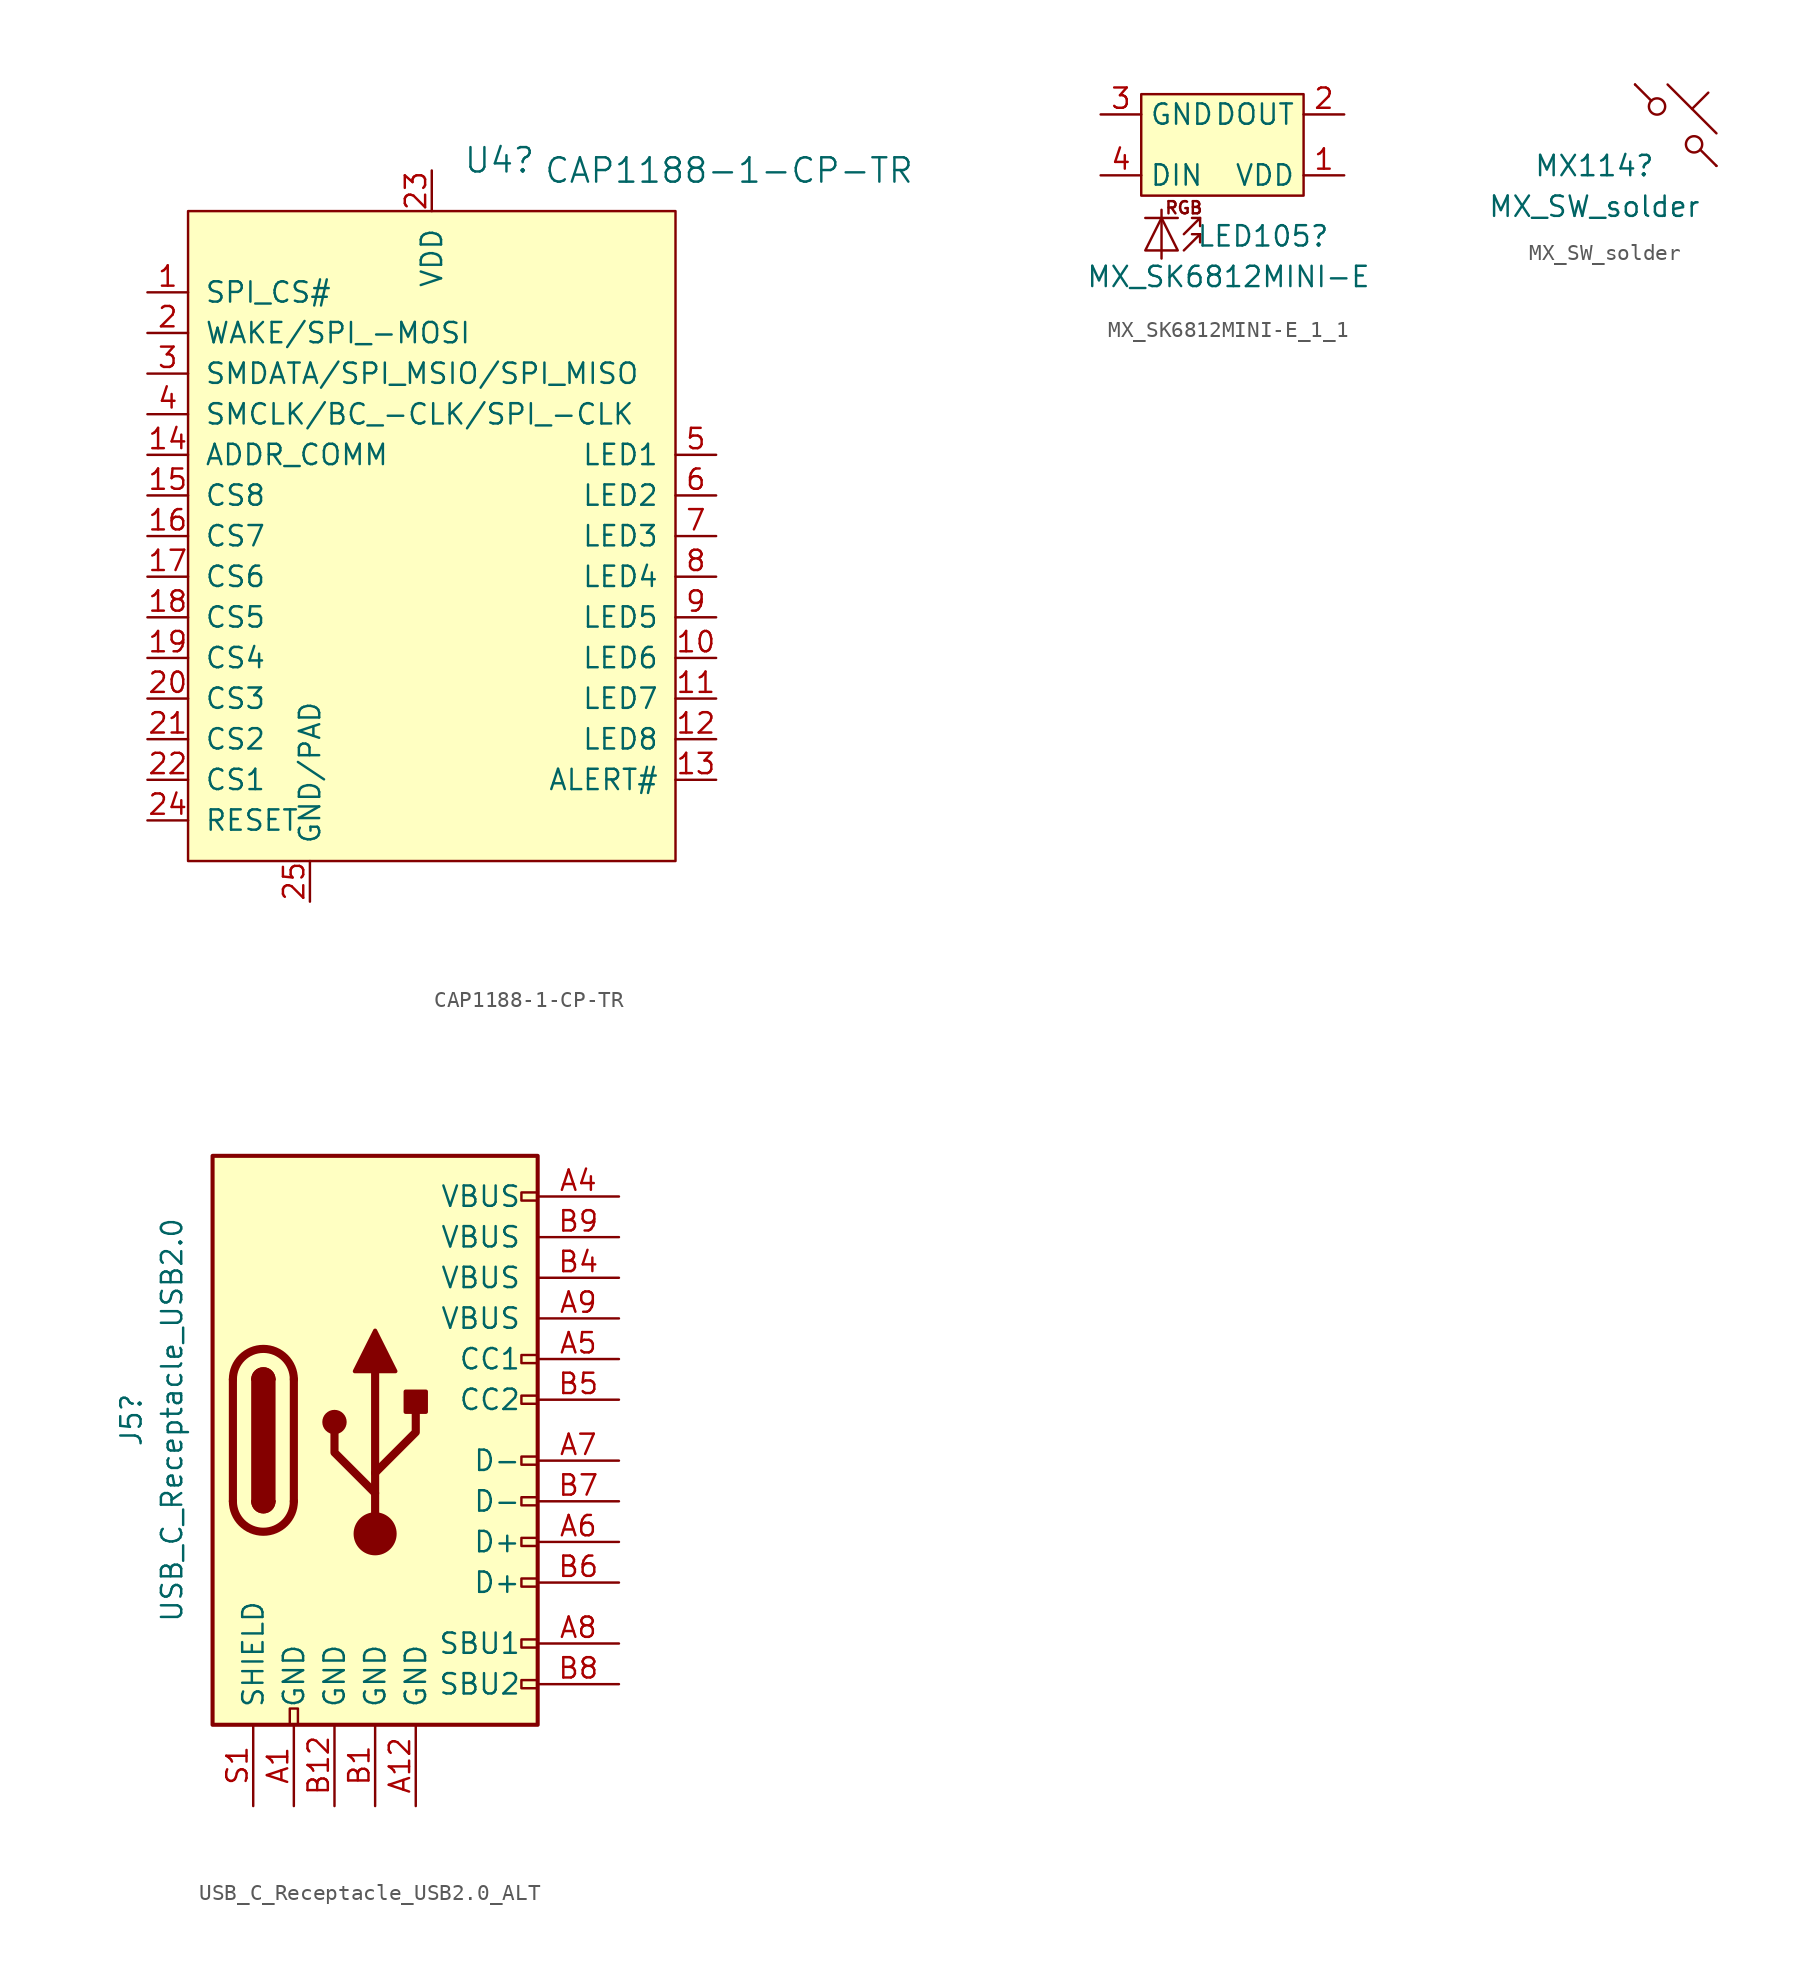
<source format=kicad_sym>
(kicad_symbol_lib
  (version 20220914)
  (generator kicad_symbol_editor)
  (symbol "CAP1188-1-CP-TR"
    (pin_names
      (offset 1.016))
    (property "Reference" "U4"
      (at 1.956 23.495 0)
      (effects (font (size 1.524 1.524)) (justify left)))
    (property "Value" "CAP1188-1-CP-TR"
      (at 6.985 22.86 0)
      (effects (font (size 1.524 1.524)) (justify left)))
    (symbol "CAP1188-1-CP-TR_0_1"
      (rectangle (start -15.24 20.32) (end 15.24 -20.32) (stroke (width 0) (type solid)) (fill (type background))))
    (symbol "CAP1188-1-CP-TR_1_1"
      (pin input line (at -17.78 15.24 0) (length 2.54) (name "SPI_CS#" (effects (font (size 1.27 1.27)))) (number "1" (effects (font (size 1.27 1.27)))))
      (pin output line (at 17.78 -7.62 180) (length 2.54) (name "LED6" (effects (font (size 1.27 1.27)))) (number "10" (effects (font (size 1.27 1.27)))))
      (pin output line (at 17.78 -10.16 180) (length 2.54) (name "LED7" (effects (font (size 1.27 1.27)))) (number "11" (effects (font (size 1.27 1.27)))))
      (pin output line (at 17.78 -12.7 180) (length 2.54) (name "LED8" (effects (font (size 1.27 1.27)))) (number "12" (effects (font (size 1.27 1.27)))))
      (pin output line (at 17.78 -15.24 180) (length 2.54) (name "ALERT#" (effects (font (size 1.27 1.27)))) (number "13" (effects (font (size 1.27 1.27)))))
      (pin input line (at -17.78 5.08 0) (length 2.54) (name "ADDR_COMM" (effects (font (size 1.27 1.27)))) (number "14" (effects (font (size 1.27 1.27)))))
      (pin bidirectional line (at -17.78 2.54 0) (length 2.54) (name "CS8" (effects (font (size 1.27 1.27)))) (number "15" (effects (font (size 1.27 1.27)))))
      (pin bidirectional line (at -17.78 0 0) (length 2.54) (name "CS7" (effects (font (size 1.27 1.27)))) (number "16" (effects (font (size 1.27 1.27)))))
      (pin bidirectional line (at -17.78 -2.54 0) (length 2.54) (name "CS6" (effects (font (size 1.27 1.27)))) (number "17" (effects (font (size 1.27 1.27)))))
      (pin bidirectional line (at -17.78 -5.08 0) (length 2.54) (name "CS5" (effects (font (size 1.27 1.27)))) (number "18" (effects (font (size 1.27 1.27)))))
      (pin bidirectional line (at -17.78 -7.62 0) (length 2.54) (name "CS4" (effects (font (size 1.27 1.27)))) (number "19" (effects (font (size 1.27 1.27)))))
      (pin bidirectional line (at -17.78 12.7 0) (length 2.54) (name "WAKE/SPI_-MOSI" (effects (font (size 1.27 1.27)))) (number "2" (effects (font (size 1.27 1.27)))))
      (pin bidirectional line (at -17.78 -10.16 0) (length 2.54) (name "CS3" (effects (font (size 1.27 1.27)))) (number "20" (effects (font (size 1.27 1.27)))))
      (pin bidirectional line (at -17.78 -12.7 0) (length 2.54) (name "CS2" (effects (font (size 1.27 1.27)))) (number "21" (effects (font (size 1.27 1.27)))))
      (pin bidirectional line (at -17.78 -15.24 0) (length 2.54) (name "CS1" (effects (font (size 1.27 1.27)))) (number "22" (effects (font (size 1.27 1.27)))))
      (pin power_in line (at 0 22.86 270) (length 2.54) (name "VDD" (effects (font (size 1.27 1.27)))) (number "23" (effects (font (size 1.27 1.27)))))
      (pin input line (at -17.78 -17.78 0) (length 2.54) (name "RESET" (effects (font (size 1.27 1.27)))) (number "24" (effects (font (size 1.27 1.27)))))
      (pin power_in line (at -7.62 -22.86 90) (length 2.54) (name "GND/PAD" (effects (font (size 1.27 1.27)))) (number "25" (effects (font (size 1.27 1.27)))))
      (pin bidirectional line (at -17.78 10.16 0) (length 2.54) (name "SMDATA/SPI_MSIO/SPI_MISO" (effects (font (size 1.27 1.27)))) (number "3" (effects (font (size 1.27 1.27)))))
      (pin input line (at -17.78 7.62 0) (length 2.54) (name "SMCLK/BC_-CLK/SPI_-CLK" (effects (font (size 1.27 1.27)))) (number "4" (effects (font (size 1.27 1.27)))))
      (pin output line (at 17.78 5.08 180) (length 2.54) (name "LED1" (effects (font (size 1.27 1.27)))) (number "5" (effects (font (size 1.27 1.27)))))
      (pin output line (at 17.78 2.54 180) (length 2.54) (name "LED2" (effects (font (size 1.27 1.27)))) (number "6" (effects (font (size 1.27 1.27)))))
      (pin output line (at 17.78 0 180) (length 2.54) (name "LED3" (effects (font (size 1.27 1.27)))) (number "7" (effects (font (size 1.27 1.27)))))
      (pin output line (at 17.78 -2.54 180) (length 2.54) (name "LED4" (effects (font (size 1.27 1.27)))) (number "8" (effects (font (size 1.27 1.27)))))
      (pin output line (at 17.78 -5.08 180) (length 2.54) (name "LED5" (effects (font (size 1.27 1.27)))) (number "9" (effects (font (size 1.27 1.27)))))))
  (symbol "MX_SK6812MINI-E_1_1"
    (property "Reference" "LED105"
      (at 5.08 -1.905 0)
      (effects (font (size 1.27 1.27))))
    (property "Value" "MX_SK6812MINI-E"
      (at 2.921 -4.445 0)
      (effects (font (size 1.27 1.27))))
    (symbol "MX_SK6812MINI-E_1_1_0_0"
      (text "RGB" (at 0.127 -0.127 0) (effects (font (size 0.762 0.762)))))
    (symbol "MX_SK6812MINI-E_1_1_0_1"
      (polyline (pts (xy -2.286 -0.762) (xy -0.254 -0.762)) (stroke (width 0) (type default)) (fill (type none)))
      (polyline (pts (xy 1.143 -1.778) (xy 0.635 -1.778)) (stroke (width 0) (type default)) (fill (type none)))
      (polyline (pts (xy 1.143 -0.762) (xy 0.635 -0.762)) (stroke (width 0) (type default)) (fill (type none)))
      (polyline (pts (xy -1.27 -3.302) (xy -1.27 -0.762) (xy -1.27 -0.254)) (stroke (width 0) (type default)) (fill (type none)))
      (polyline (pts (xy 0.127 -2.794) (xy 1.143 -1.778) (xy 1.143 -2.286)) (stroke (width 0) (type default)) (fill (type none)))
      (polyline (pts (xy 0.127 -1.778) (xy 1.143 -0.762) (xy 1.143 -1.27)) (stroke (width 0) (type default)) (fill (type none)))
      (polyline (pts (xy -2.286 -2.794) (xy -0.254 -2.794) (xy -1.27 -0.762) (xy -2.286 -2.794)) (stroke (width 0) (type default)) (fill (type none))))
    (symbol "MX_SK6812MINI-E_1_1_1_1"
      (rectangle (start 7.62 0.635) (end -2.54 6.985) (stroke (width 0) (type default)) (fill (type background)))
      (pin power_in line (at 10.16 1.905 180) (length 2.54) (name "VDD" (effects (font (size 1.27 1.27)))) (number "1" (effects (font (size 1.27 1.27)))))
      (pin output line (at 10.16 5.715 180) (length 2.54) (name "DOUT" (effects (font (size 1.27 1.27)))) (number "2" (effects (font (size 1.27 1.27)))))
      (pin power_in line (at -5.08 5.715 0) (length 2.54) (name "GND" (effects (font (size 1.27 1.27)))) (number "3" (effects (font (size 1.27 1.27)))))
      (pin input line (at -5.08 1.905 0) (length 2.54) (name "DIN" (effects (font (size 1.27 1.27)))) (number "4" (effects (font (size 1.27 1.27)))))))
  (symbol "MX_SW_solder"
    (pin_numbers hide)
    (pin_names
      (offset 1.016) hide)
    (property "Reference" "MX114"
      (at -5.08 -2.54 0)
      (effects (font (size 1.27 1.27))))
    (property "Value" "MX_SW_solder"
      (at -5.08 -5.08 0)
      (effects (font (size 1.27 1.27))))
    (symbol "MX_SW_solder_0_1"
      (circle (center -1.168 1.168) (radius 0.508) (stroke (width 0) (type default)) (fill (type none)))
      (polyline (pts (xy -0.508 2.54) (xy 2.54 -0.508)) (stroke (width 0) (type default)) (fill (type none)))
      (polyline (pts (xy 1.016 1.016) (xy 2.032 2.032)) (stroke (width 0) (type default)) (fill (type none)))
      (polyline (pts (xy -2.54 2.54) (xy -1.524 1.524) (xy -1.524 1.524)) (stroke (width 0) (type default)) (fill (type none)))
      (polyline (pts (xy 1.524 -1.524) (xy 2.54 -2.54) (xy 2.54 -2.54) (xy 2.54 -2.54)) (stroke (width 0) (type default)) (fill (type none)))
      (circle (center 1.143 -1.194) (radius 0.508) (stroke (width 0) (type default)) (fill (type none)))
      (pin passive line (at 2.54 -2.54 180) (length 0) (name "2" (effects (font (size 1.27 1.27)))) (number "2" (effects (font (size 1.27 1.27))))))
    (symbol "MX_SW_solder_1_1"
      (pin passive line (at -2.54 2.54 0) (length 0) (name "1" (effects (font (size 1.27 1.27)))) (number "1" (effects (font (size 1.27 1.27)))))))
  (symbol "USB_C_Receptacle_USB2.0_ALT"
    (pin_names
      (offset 1.016))
    (property "Reference" "J5"
      (at -15.24 1.27 90)
      (effects (font (size 1.27 1.27))))
    (property "Value" "USB_C_Receptacle_USB2.0"
      (at -12.7 1.27 90)
      (effects (font (size 1.27 1.27))))
    (symbol "USB_C_Receptacle_USB2.0_ALT_0_0"
      (rectangle (start -5.334 -16.764) (end -4.826 -17.78) (stroke (width 0) (type default)) (fill (type none)))
      (rectangle (start 10.16 -14.986) (end 9.144 -15.494) (stroke (width 0) (type default)) (fill (type none)))
      (rectangle (start 10.16 -12.446) (end 9.144 -12.954) (stroke (width 0) (type default)) (fill (type none)))
      (rectangle (start 10.16 -8.636) (end 9.144 -9.144) (stroke (width 0) (type default)) (fill (type none)))
      (rectangle (start 10.16 -6.096) (end 9.144 -6.604) (stroke (width 0) (type default)) (fill (type none)))
      (rectangle (start 10.16 -3.556) (end 9.144 -4.064) (stroke (width 0) (type default)) (fill (type none)))
      (rectangle (start 10.16 -1.016) (end 9.144 -1.524) (stroke (width 0) (type default)) (fill (type none)))
      (rectangle (start 10.16 2.794) (end 9.144 2.286) (stroke (width 0) (type default)) (fill (type none)))
      (rectangle (start 10.16 5.334) (end 9.144 4.826) (stroke (width 0) (type default)) (fill (type none)))
      (rectangle (start 10.16 15.494) (end 9.144 14.986) (stroke (width 0) (type default)) (fill (type none))))
    (symbol "USB_C_Receptacle_USB2.0_ALT_0_1"
      (rectangle (start -10.16 17.78) (end 10.16 -17.78) (stroke (width 0.254) (type default)) (fill (type background)))
      (arc (start -8.89 -3.81) (mid -6.985 -5.7067) (end -5.08 -3.81) (stroke (width 0.508) (type default)) (fill (type none)))
      (arc (start -7.62 -3.81) (mid -6.985 -4.4423) (end -6.35 -3.81) (stroke (width 0.254) (type default)) (fill (type none)))
      (arc (start -7.62 -3.81) (mid -6.985 -4.4423) (end -6.35 -3.81) (stroke (width 0.254) (type default)) (fill (type outline)))
      (rectangle (start -7.62 -3.81) (end -6.35 3.81) (stroke (width 0.254) (type default)) (fill (type outline)))
      (arc (start -6.35 3.81) (mid -6.985 4.4423) (end -7.62 3.81) (stroke (width 0.254) (type default)) (fill (type none)))
      (arc (start -6.35 3.81) (mid -6.985 4.4423) (end -7.62 3.81) (stroke (width 0.254) (type default)) (fill (type outline)))
      (arc (start -5.08 3.81) (mid -6.985 5.7067) (end -8.89 3.81) (stroke (width 0.508) (type default)) (fill (type none)))
      (circle (center -2.54 1.143) (radius 0.635) (stroke (width 0.254) (type default)) (fill (type outline)))
      (circle (center 0 -5.842) (radius 1.27) (stroke (width 0) (type default)) (fill (type outline)))
      (polyline (pts (xy -8.89 -3.81) (xy -8.89 3.81)) (stroke (width 0.508) (type default)) (fill (type none)))
      (polyline (pts (xy -5.08 3.81) (xy -5.08 -3.81)) (stroke (width 0.508) (type default)) (fill (type none)))
      (polyline (pts (xy 0 -5.842) (xy 0 4.318)) (stroke (width 0.508) (type default)) (fill (type none)))
      (polyline (pts (xy 0 -3.302) (xy -2.54 -0.762) (xy -2.54 0.508)) (stroke (width 0.508) (type default)) (fill (type none)))
      (polyline (pts (xy 0 -2.032) (xy 2.54 0.508) (xy 2.54 1.778)) (stroke (width 0.508) (type default)) (fill (type none)))
      (polyline (pts (xy -1.27 4.318) (xy 0 6.858) (xy 1.27 4.318) (xy -1.27 4.318)) (stroke (width 0.254) (type default)) (fill (type outline)))
      (rectangle (start 1.905 1.778) (end 3.175 3.048) (stroke (width 0.254) (type default)) (fill (type outline))))
    (symbol "USB_C_Receptacle_USB2.0_ALT_1_1"
      (pin passive line (at -5.08 -22.86 90) (length 5.08) (name "GND" (effects (font (size 1.27 1.27)))) (number "A1" (effects (font (size 1.27 1.27)))))
      (pin passive line (at 2.54 -22.86 90) (length 5.08) (name "GND" (effects (font (size 1.27 1.27)))) (number "A12" (effects (font (size 1.27 1.27)))))
      (pin passive line (at 15.24 15.24 180) (length 5.08) (name "VBUS" (effects (font (size 1.27 1.27)))) (number "A4" (effects (font (size 1.27 1.27)))))
      (pin bidirectional line (at 15.24 5.08 180) (length 5.08) (name "CC1" (effects (font (size 1.27 1.27)))) (number "A5" (effects (font (size 1.27 1.27)))))
      (pin bidirectional line (at 15.24 -6.35 180) (length 5.08) (name "D+" (effects (font (size 1.27 1.27)))) (number "A6" (effects (font (size 1.27 1.27)))))
      (pin bidirectional line (at 15.24 -1.27 180) (length 5.08) (name "D-" (effects (font (size 1.27 1.27)))) (number "A7" (effects (font (size 1.27 1.27)))))
      (pin bidirectional line (at 15.24 -12.7 180) (length 5.08) (name "SBU1" (effects (font (size 1.27 1.27)))) (number "A8" (effects (font (size 1.27 1.27)))))
      (pin passive line (at 15.24 7.62 180) (length 5.08) (name "VBUS" (effects (font (size 1.27 1.27)))) (number "A9" (effects (font (size 1.27 1.27)))))
      (pin passive line (at 0 -22.86 90) (length 5.08) (name "GND" (effects (font (size 1.27 1.27)))) (number "B1" (effects (font (size 1.27 1.27)))))
      (pin passive line (at -2.54 -22.86 90) (length 5.08) (name "GND" (effects (font (size 1.27 1.27)))) (number "B12" (effects (font (size 1.27 1.27)))))
      (pin passive line (at 15.24 10.16 180) (length 5.08) (name "VBUS" (effects (font (size 1.27 1.27)))) (number "B4" (effects (font (size 1.27 1.27)))))
      (pin bidirectional line (at 15.24 2.54 180) (length 5.08) (name "CC2" (effects (font (size 1.27 1.27)))) (number "B5" (effects (font (size 1.27 1.27)))))
      (pin bidirectional line (at 15.24 -8.89 180) (length 5.08) (name "D+" (effects (font (size 1.27 1.27)))) (number "B6" (effects (font (size 1.27 1.27)))))
      (pin bidirectional line (at 15.24 -3.81 180) (length 5.08) (name "D-" (effects (font (size 1.27 1.27)))) (number "B7" (effects (font (size 1.27 1.27)))))
      (pin bidirectional line (at 15.24 -15.24 180) (length 5.08) (name "SBU2" (effects (font (size 1.27 1.27)))) (number "B8" (effects (font (size 1.27 1.27)))))
      (pin passive line (at 15.24 12.7 180) (length 5.08) (name "VBUS" (effects (font (size 1.27 1.27)))) (number "B9" (effects (font (size 1.27 1.27)))))
      (pin passive line (at -7.62 -22.86 90) (length 5.08) (name "SHIELD" (effects (font (size 1.27 1.27)))) (number "S1" (effects (font (size 1.27 1.27))))))))
</source>
